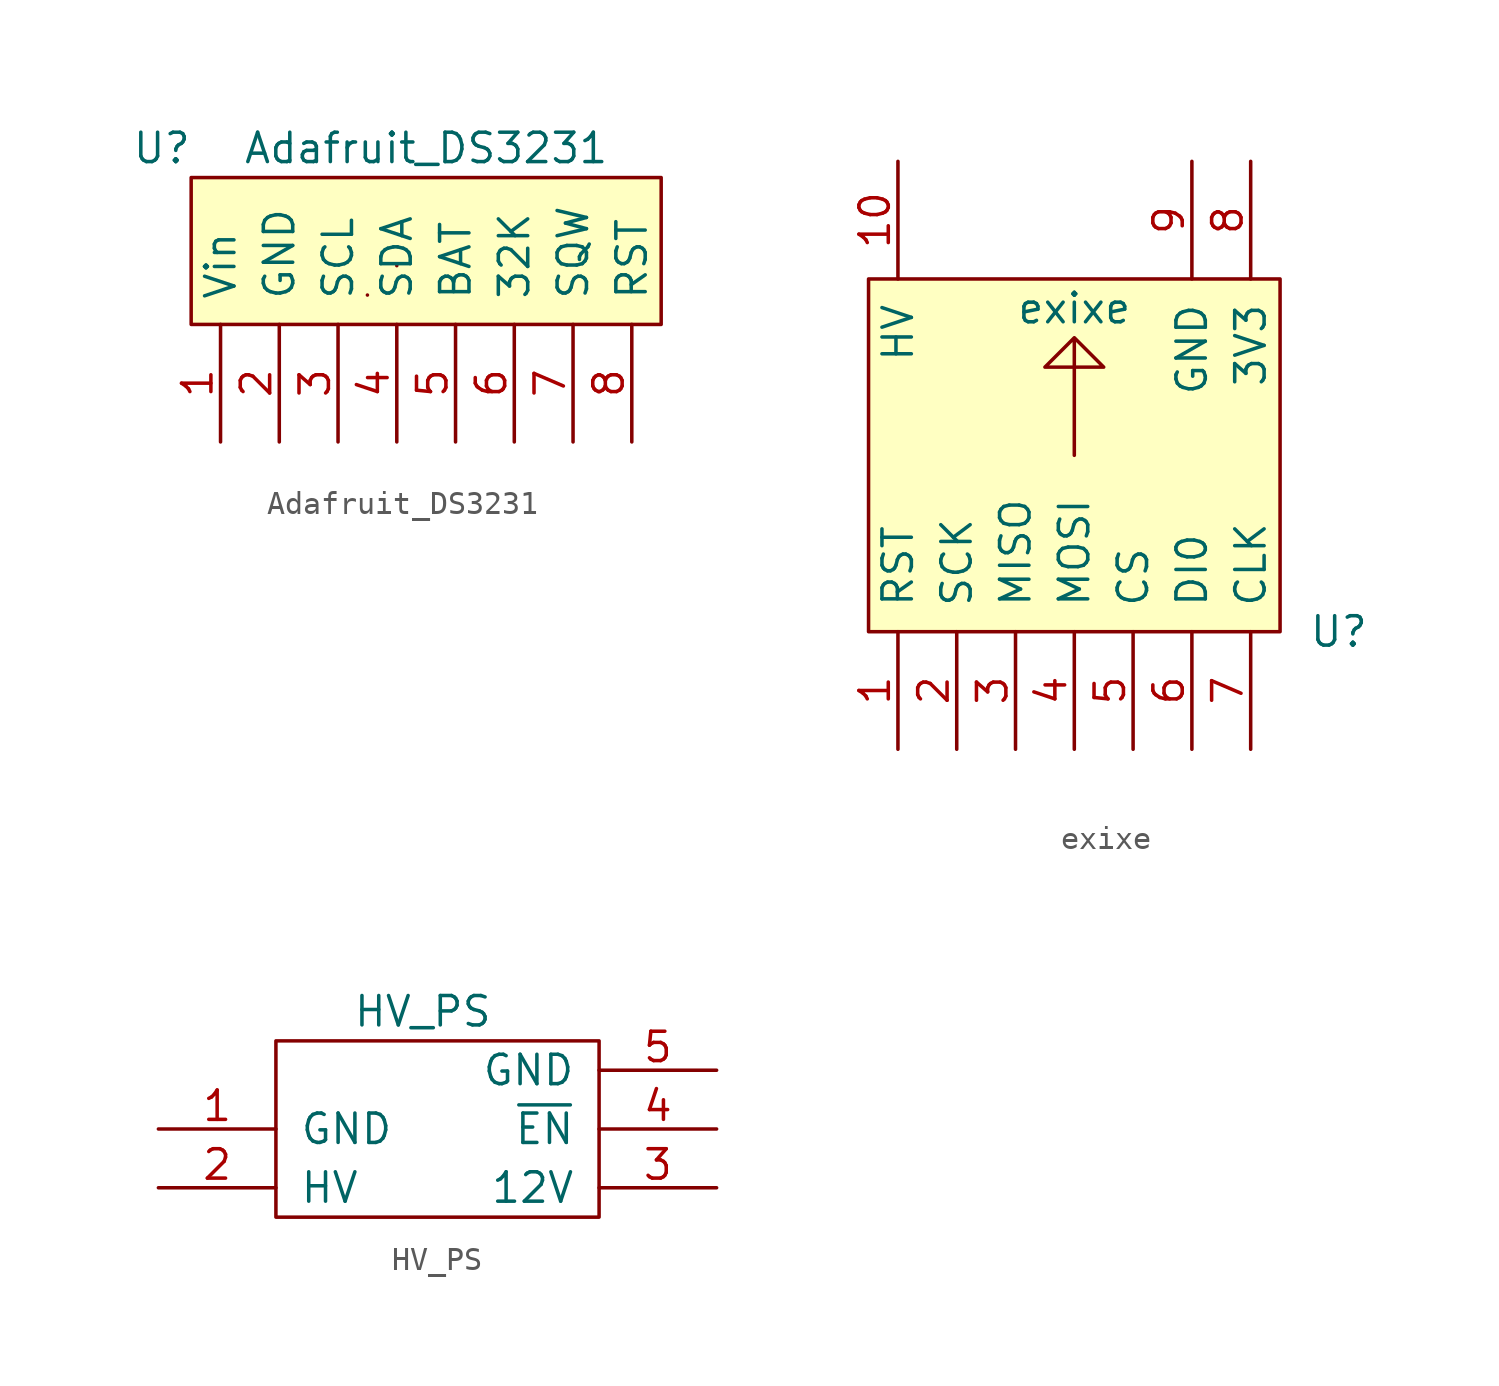
<source format=kicad_sym>
(kicad_symbol_lib
  (version 20211014)
  (generator kicad_symbol_editor)
  (symbol "Adafruit_DS3231"
    (pin_names
      (offset 1.016))
    (property "Reference" "U"
      (at -8.89 5.08 0)
      (effects (font (size 1.27 1.27))))
    (property "Value" "Adafruit_DS3231"
      (at 2.54 5.08 0)
      (effects (font (size 1.27 1.27))))
    (symbol "Adafruit_DS3231_0_1"
      (rectangle (start 0 -1.27) (end 0 -1.27) (stroke (width 0) (type default) (color 0 0 0 0)) (fill (type none)))
      (rectangle (start 1.27 0) (end 1.27 0) (stroke (width 0) (type default) (color 0 0 0 0)) (fill (type none)))
      (rectangle (start 12.7 -2.54) (end -7.62 3.81) (stroke (width 0) (type default) (color 0 0 0 0)) (fill (type background))))
    (symbol "Adafruit_DS3231_1_1"
      (pin power_in line (at -6.35 -7.62 90) (length 5.08) (name "Vin" (effects (font (size 1.27 1.27)))) (number "1" (effects (font (size 1.27 1.27)))))
      (pin power_in line (at -3.81 -7.62 90) (length 5.08) (name "GND" (effects (font (size 1.27 1.27)))) (number "2" (effects (font (size 1.27 1.27)))))
      (pin input line (at -1.27 -7.62 90) (length 5.08) (name "SCL" (effects (font (size 1.27 1.27)))) (number "3" (effects (font (size 1.27 1.27)))))
      (pin bidirectional line (at 1.27 -7.62 90) (length 5.08) (name "SDA" (effects (font (size 1.27 1.27)))) (number "4" (effects (font (size 1.27 1.27)))))
      (pin power_in line (at 3.81 -7.62 90) (length 5.08) (name "BAT" (effects (font (size 1.27 1.27)))) (number "5" (effects (font (size 1.27 1.27)))))
      (pin output line (at 6.35 -7.62 90) (length 5.08) (name "32K" (effects (font (size 1.27 1.27)))) (number "6" (effects (font (size 1.27 1.27)))))
      (pin output line (at 8.89 -7.62 90) (length 5.08) (name "SQW" (effects (font (size 1.27 1.27)))) (number "7" (effects (font (size 1.27 1.27)))))
      (pin input line (at 11.43 -7.62 90) (length 5.08) (name "RST" (effects (font (size 1.27 1.27)))) (number "8" (effects (font (size 1.27 1.27)))))))
  (symbol "exixe"
    (pin_names
      (offset 1.016))
    (property "Reference" "U"
      (at 11.43 -7.62 0)
      (effects (font (size 1.27 1.27))))
    (property "Value" "exixe"
      (at 0 6.35 0)
      (effects (font (size 1.27 1.27))))
    (symbol "exixe_0_0"
      (polyline (pts (xy 0 0) (xy 0 5.08) (xy 1.27 3.81) (xy 0 5.08) (xy -1.27 3.81) (xy 1.27 3.81)) (stroke (width 0) (type default) (color 0 0 0 0)) (fill (type none))))
    (symbol "exixe_0_1"
      (rectangle (start 8.89 -7.62) (end -8.89 7.62) (stroke (width 0) (type default) (color 0 0 0 0)) (fill (type background))))
    (symbol "exixe_1_1"
      (pin input line (at -7.62 -12.7 90) (length 5.08) (name "RST" (effects (font (size 1.27 1.27)))) (number "1" (effects (font (size 1.27 1.27)))))
      (pin power_in line (at -7.62 12.7 270) (length 5.08) (name "HV" (effects (font (size 1.27 1.27)))) (number "10" (effects (font (size 1.27 1.27)))))
      (pin input line (at -5.08 -12.7 90) (length 5.08) (name "SCK" (effects (font (size 1.27 1.27)))) (number "2" (effects (font (size 1.27 1.27)))))
      (pin tri_state line (at -2.54 -12.7 90) (length 5.08) (name "MISO" (effects (font (size 1.27 1.27)))) (number "3" (effects (font (size 1.27 1.27)))))
      (pin input line (at 0 -12.7 90) (length 5.08) (name "MOSI" (effects (font (size 1.27 1.27)))) (number "4" (effects (font (size 1.27 1.27)))))
      (pin input line (at 2.54 -12.7 90) (length 5.08) (name "CS" (effects (font (size 1.27 1.27)))) (number "5" (effects (font (size 1.27 1.27)))))
      (pin input line (at 5.08 -12.7 90) (length 5.08) (name "DI0" (effects (font (size 1.27 1.27)))) (number "6" (effects (font (size 1.27 1.27)))))
      (pin input line (at 7.62 -12.7 90) (length 5.08) (name "CLK" (effects (font (size 1.27 1.27)))) (number "7" (effects (font (size 1.27 1.27)))))
      (pin power_in line (at 7.62 12.7 270) (length 5.08) (name "3V3" (effects (font (size 1.27 1.27)))) (number "8" (effects (font (size 1.27 1.27)))))
      (pin power_in line (at 5.08 12.7 270) (length 5.08) (name "GND" (effects (font (size 1.27 1.27)))) (number "9" (effects (font (size 1.27 1.27)))))))
  (symbol "HV_PS"
    (pin_names
      (offset 1.016))
    (property "Reference" "U"
      (at -8.89 5.08 0)
      (effects (font (size 1.27 1.27)) hide))
    (property "Value" "HV_PS"
      (at -1.27 5.08 0)
      (effects (font (size 1.27 1.27))))
    (symbol "HV_PS_0_1"
      (rectangle (start -7.62 -3.81) (end 6.35 3.81) (stroke (width 0) (type default) (color 0 0 0 0)) (fill (type none))))
    (symbol "HV_PS_1_1"
      (pin power_in line (at -12.7 0 0) (length 5.08) (name "GND" (effects (font (size 1.27 1.27)))) (number "1" (effects (font (size 1.27 1.27)))))
      (pin power_out line (at -12.7 -2.54 0) (length 5.08) (name "HV" (effects (font (size 1.27 1.27)))) (number "2" (effects (font (size 1.27 1.27)))))
      (pin power_in line (at 11.43 -2.54 180) (length 5.08) (name "12V" (effects (font (size 1.27 1.27)))) (number "3" (effects (font (size 1.27 1.27)))))
      (pin input line (at 11.43 0 180) (length 5.08) (name "~{EN}" (effects (font (size 1.27 1.27)))) (number "4" (effects (font (size 1.27 1.27)))))
      (pin power_in line (at 11.43 2.54 180) (length 5.08) (name "GND" (effects (font (size 1.27 1.27)))) (number "5" (effects (font (size 1.27 1.27))))))))
</source>
